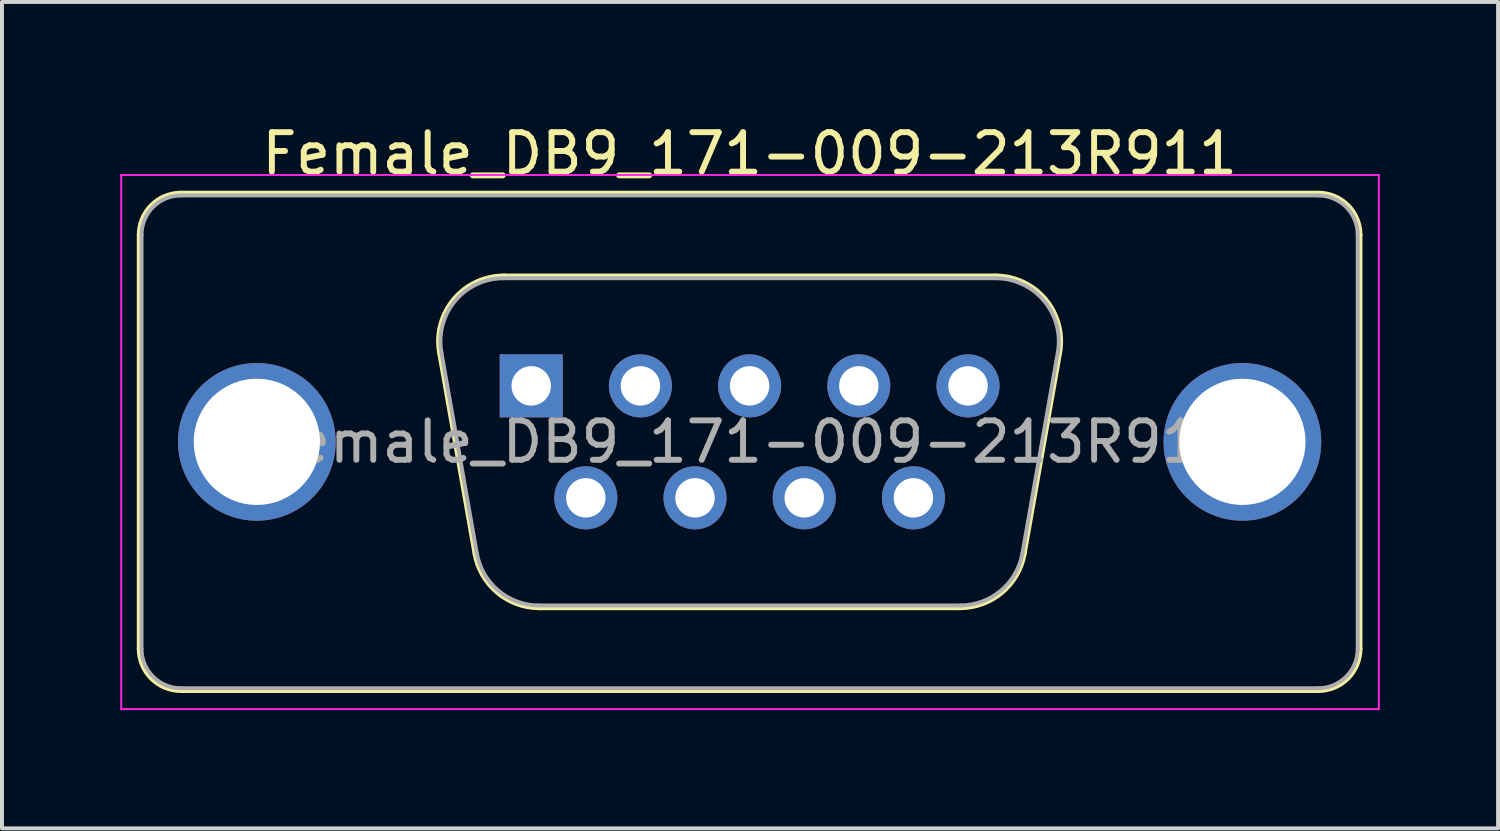
<source format=kicad_pcb>
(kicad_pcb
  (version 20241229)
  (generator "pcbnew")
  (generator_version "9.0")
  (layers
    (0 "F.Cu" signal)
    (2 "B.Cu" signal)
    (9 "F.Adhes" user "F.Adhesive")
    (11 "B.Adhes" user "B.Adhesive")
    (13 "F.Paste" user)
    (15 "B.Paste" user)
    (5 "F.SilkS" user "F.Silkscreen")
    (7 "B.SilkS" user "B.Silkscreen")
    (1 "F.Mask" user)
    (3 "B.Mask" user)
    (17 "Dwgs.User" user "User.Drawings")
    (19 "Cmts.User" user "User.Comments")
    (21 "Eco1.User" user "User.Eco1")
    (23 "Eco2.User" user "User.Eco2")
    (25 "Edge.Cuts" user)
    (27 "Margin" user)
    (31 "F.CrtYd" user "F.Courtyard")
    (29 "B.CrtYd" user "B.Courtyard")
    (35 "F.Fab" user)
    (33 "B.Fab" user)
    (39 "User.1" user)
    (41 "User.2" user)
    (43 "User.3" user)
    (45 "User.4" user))
  (footprint "Female_DB9_171-009-213R911"
    (layer "F.Cu")
    (at 10.425 6.738)
    (property "Reference" "Female_DB9_171-009-213R911" (at 5.54 -5.89 0) (layer "F.SilkS") (effects (font (size 1 1) (thickness 0.15))))
    (attr through_hole)
    (fp_line (start -9.945 6.67) (end -9.945 -3.83) (stroke (width 0.12) (type solid)) (layer "F.SilkS"))
    (fp_line (start -8.885 -4.89) (end 19.965 -4.89) (stroke (width 0.12) (type solid)) (layer "F.SilkS"))
    (fp_line (start -2.326 -0.842) (end -1.427 4.258) (stroke (width 0.12) (type solid)) (layer "F.SilkS"))
    (fp_line (start -0.692 -2.79) (end 11.772 -2.79) (stroke (width 0.12) (type solid)) (layer "F.SilkS"))
    (fp_line (start 0.208 5.63) (end 10.872 5.63) (stroke (width 0.12) (type solid)) (layer "F.SilkS"))
    (fp_line (start 13.406 -0.842) (end 12.507 4.258) (stroke (width 0.12) (type solid)) (layer "F.SilkS"))
    (fp_line (start 19.965 7.73) (end -8.885 7.73) (stroke (width 0.12) (type solid)) (layer "F.SilkS"))
    (fp_line (start 21.025 -3.83) (end 21.025 6.67) (stroke (width 0.12) (type solid)) (layer "F.SilkS"))
    (fp_arc (start -9.945 -3.83) (mid -9.634533 -4.579533) (end -8.885 -4.89) (stroke (width 0.12) (type solid)) (layer "F.SilkS"))
    (fp_arc (start -8.885 7.73) (mid -9.634533 7.419533) (end -9.945 6.67) (stroke (width 0.12) (type solid)) (layer "F.SilkS"))
    (fp_arc (start -2.32647 -0.841744) (mid -1.963323 -2.197028) (end -0.691689 -2.79) (stroke (width 0.12) (type solid)) (layer "F.SilkS"))
    (fp_arc (start 0.207579 5.63) (mid -0.859448 5.241634) (end -1.427202 4.258256) (stroke (width 0.12) (type solid)) (layer "F.SilkS"))
    (fp_arc (start 11.771689 -2.79) (mid 13.043323 -2.197027) (end 13.40647 -0.841744) (stroke (width 0.12) (type solid)) (layer "F.SilkS"))
    (fp_arc (start 12.507202 4.258256) (mid 11.939449 5.241634) (end 10.872421 5.63) (stroke (width 0.12) (type solid)) (layer "F.SilkS"))
    (fp_arc (start 19.965 -4.89) (mid 20.714533 -4.579533) (end 21.025 -3.83) (stroke (width 0.12) (type solid)) (layer "F.SilkS"))
    (fp_arc (start 21.025 6.67) (mid 20.714533 7.419533) (end 19.965 7.73) (stroke (width 0.12) (type solid)) (layer "F.SilkS"))
    (fp_line (start -10.4 -5.35) (end -10.4 8.2) (stroke (width 0.05) (type solid)) (layer "F.CrtYd"))
    (fp_line (start -10.4 8.2) (end 21.5 8.2) (stroke (width 0.05) (type solid)) (layer "F.CrtYd"))
    (fp_line (start 21.5 -5.35) (end -10.4 -5.35) (stroke (width 0.05) (type solid)) (layer "F.CrtYd"))
    (fp_line (start 21.5 8.2) (end 21.5 -5.35) (stroke (width 0.05) (type solid)) (layer "F.CrtYd"))
    (fp_line (start -9.885 6.67) (end -9.885 -3.83) (stroke (width 0.1) (type solid)) (layer "F.Fab"))
    (fp_line (start -8.885 -4.83) (end 19.965 -4.83) (stroke (width 0.1) (type solid)) (layer "F.Fab"))
    (fp_line (start -2.279 -0.852) (end -1.38 4.248) (stroke (width 0.1) (type solid)) (layer "F.Fab"))
    (fp_line (start -0.703 -2.73) (end 11.783 -2.73) (stroke (width 0.1) (type solid)) (layer "F.Fab"))
    (fp_line (start 0.196 5.57) (end 10.884 5.57) (stroke (width 0.1) (type solid)) (layer "F.Fab"))
    (fp_line (start 13.359 -0.852) (end 12.46 4.248) (stroke (width 0.1) (type solid)) (layer "F.Fab"))
    (fp_line (start 19.965 7.67) (end -8.885 7.67) (stroke (width 0.1) (type solid)) (layer "F.Fab"))
    (fp_line (start 20.965 -3.83) (end 20.965 6.67) (stroke (width 0.1) (type solid)) (layer "F.Fab"))
    (fp_arc (start -9.885 -3.83) (mid -9.592107 -4.537107) (end -8.885 -4.83) (stroke (width 0.1) (type solid)) (layer "F.Fab"))
    (fp_arc (start -8.885 7.67) (mid -9.592107 7.377107) (end -9.885 6.67) (stroke (width 0.1) (type solid)) (layer "F.Fab"))
    (fp_arc (start -2.278886 -0.852163) (mid -1.928865 -2.15846) (end -0.703194 -2.73) (stroke (width 0.1) (type solid)) (layer "F.Fab"))
    (fp_arc (start 0.196073 5.57) (mid -0.832387 5.195671) (end -1.379619 4.247837) (stroke (width 0.1) (type solid)) (layer "F.Fab"))
    (fp_arc (start 11.783194 -2.73) (mid 13.008865 -2.15846) (end 13.358886 -0.852163) (stroke (width 0.1) (type solid)) (layer "F.Fab"))
    (fp_arc (start 12.459619 4.247837) (mid 11.912387 5.195671) (end 10.883927 5.57) (stroke (width 0.1) (type solid)) (layer "F.Fab"))
    (fp_arc (start 19.965 -4.83) (mid 20.672107 -4.537107) (end 20.965 -3.83) (stroke (width 0.1) (type solid)) (layer "F.Fab"))
    (fp_arc (start 20.965 6.67) (mid 20.672107 7.377107) (end 19.965 7.67) (stroke (width 0.1) (type solid)) (layer "F.Fab"))
    (fp_text user "${REFERENCE}" (at 5.54 1.42 0) (layer "F.Fab") (effects (font (size 1 1) (thickness 0.15))))
    (pad "0" thru_hole circle (at -6.96 1.42) (size 4 4) (drill 3.2) (layers "*.Cu" "*.Mask"))
    (pad "0" thru_hole circle (at 18.04 1.42) (size 4 4) (drill 3.2) (layers "*.Cu" "*.Mask"))
    (pad "1" thru_hole rect (at 0 0) (size 1.6 1.6) (drill 1) (layers "*.Cu" "*.Mask"))
    (pad "2" thru_hole circle (at 2.77 0) (size 1.6 1.6) (drill 1) (layers "*.Cu" "*.Mask"))
    (pad "3" thru_hole circle (at 5.54 0) (size 1.6 1.6) (drill 1) (layers "*.Cu" "*.Mask"))
    (pad "4" thru_hole circle (at 8.31 0) (size 1.6 1.6) (drill 1) (layers "*.Cu" "*.Mask"))
    (pad "5" thru_hole circle (at 11.08 0) (size 1.6 1.6) (drill 1) (layers "*.Cu" "*.Mask"))
    (pad "6" thru_hole circle (at 1.385 2.84) (size 1.6 1.6) (drill 1) (layers "*.Cu" "*.Mask"))
    (pad "7" thru_hole circle (at 4.155 2.84) (size 1.6 1.6) (drill 1) (layers "*.Cu" "*.Mask"))
    (pad "8" thru_hole circle (at 6.925 2.84) (size 1.6 1.6) (drill 1) (layers "*.Cu" "*.Mask"))
    (pad "9" thru_hole circle (at 9.695 2.84) (size 1.6 1.6) (drill 1) (layers "*.Cu" "*.Mask")))
  (gr_rect
    (start -3 -3)
    (end 34.95 17.963)
    (stroke (width 0.1) (type default))
    (fill no)
    (layer "Edge.Cuts")))
</source>
